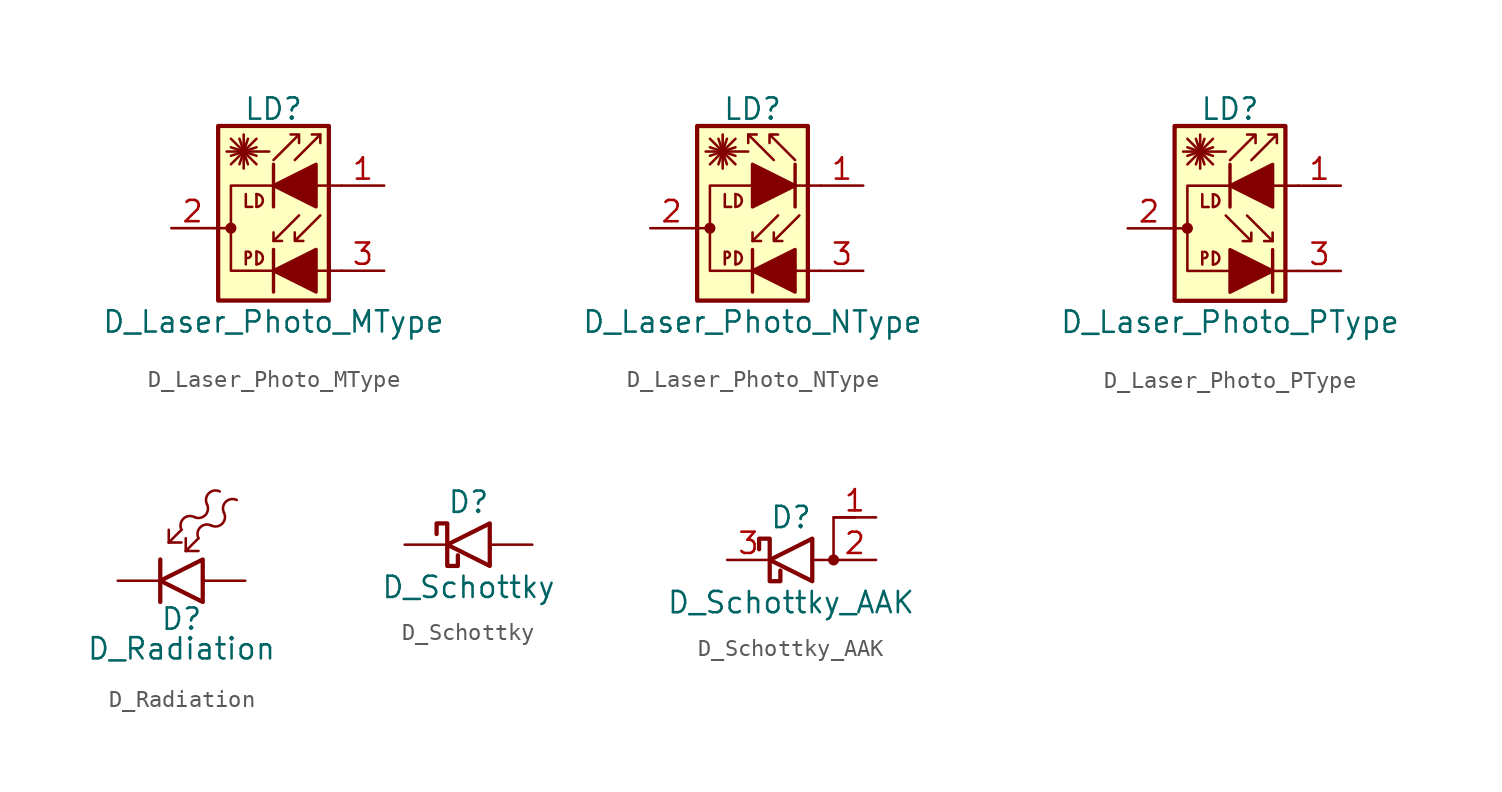
<source format=kicad_sym>
(kicad_symbol_lib
  (version 20241209)
  (generator "kicad_symbol_editor")
  (generator_version "9.0")
  (symbol "D_Laser_Photo_MType"
    (pin_names
      (hide yes))
    (property "Reference" "LD"
      (at 1.016 7.112 0)
      (effects (font (size 1.27 1.27))))
    (property "Value" "D_Laser_Photo_MType"
      (at 1.016 -5.588 0)
      (effects (font (size 1.27 1.27))))
    (symbol "D_Laser_Photo_MType_0_1"
      (polyline (pts (xy -2.54 0) (xy -1.524 0)) (stroke (width 0) (type default)) (fill (type none)))
      (polyline (pts (xy -1.524 5.334) (xy 0 3.81)) (stroke (width 0) (type default)) (fill (type none)))
      (polyline (pts (xy -1.524 4.826) (xy 0 4.318)) (stroke (width 0) (type default)) (fill (type none)))
      (polyline (pts (xy -1.524 4.318) (xy 0 4.826)) (stroke (width 0) (type default)) (fill (type none)))
      (polyline (pts (xy -1.524 3.81) (xy 0 5.334)) (stroke (width 0) (type default)) (fill (type none)))
      (circle (center -1.524 0) (radius 0.254) (stroke (width 0) (type default)) (fill (type outline)))
      (polyline (pts (xy -1.016 5.334) (xy -0.508 3.81)) (stroke (width 0) (type default)) (fill (type none)))
      (polyline (pts (xy -0.762 4.572) (xy -0.762 5.588)) (stroke (width 0) (type default)) (fill (type none)))
      (polyline (pts (xy -0.762 4.572) (xy -0.762 3.556)) (stroke (width 0) (type default)) (fill (type none)))
      (polyline (pts (xy -0.635 2.032) (xy -0.635 1.27) (xy -0.254 1.27)) (stroke (width 0) (type default)) (fill (type none)))
      (polyline (pts (xy -0.635 -1.397) (xy -0.635 -2.159)) (stroke (width 0) (type default)) (fill (type none)))
      (arc (start -0.508 -1.397) (mid -0.3298 -1.5875) (end -0.508 -1.778) (stroke (width 0) (type default)) (fill (type none)))
      (polyline (pts (xy -0.508 5.334) (xy -1.016 3.81)) (stroke (width 0) (type default)) (fill (type none)))
      (arc (start 0 2.032) (mid 0.3794 1.651) (end 0 1.27) (stroke (width 0) (type default)) (fill (type none)))
      (arc (start 0 -1.397) (mid 0.3794 -1.778) (end 0 -2.159) (stroke (width 0) (type default)) (fill (type none)))
      (polyline (pts (xy 0 2.032) (xy 0 1.27)) (stroke (width 0) (type default)) (fill (type none)))
      (polyline (pts (xy 0 -1.397) (xy 0 -2.159)) (stroke (width 0) (type default)) (fill (type none)))
      (polyline (pts (xy 0.762 4.572) (xy -1.778 4.572)) (stroke (width 0) (type default)) (fill (type none)))
      (polyline (pts (xy 1.016 4.064) (xy 2.54 5.588) (xy 2.54 5.08) (xy 2.54 5.588) (xy 2.032 5.588)) (stroke (width 0) (type default)) (fill (type none)))
      (polyline (pts (xy 1.016 3.81) (xy 1.016 1.27)) (stroke (width 0.203) (type default)) (fill (type none)))
      (polyline (pts (xy 1.016 -0.762) (xy 1.524 -0.762)) (stroke (width 0) (type default)) (fill (type none)))
      (polyline (pts (xy 1.016 -1.27) (xy 1.016 -3.81)) (stroke (width 0.203) (type default)) (fill (type none)))
      (polyline (pts (xy 2.286 4.064) (xy 3.81 5.588) (xy 3.81 5.08)) (stroke (width 0) (type default)) (fill (type none)))
      (polyline (pts (xy 2.54 0.762) (xy 1.016 -0.762) (xy 1.016 -0.254)) (stroke (width 0) (type default)) (fill (type none)))
      (polyline (pts (xy 3.81 5.588) (xy 3.302 5.588)) (stroke (width 0) (type default)) (fill (type none)))
      (polyline (pts (xy 3.81 0.762) (xy 2.286 -0.762) (xy 2.286 -0.254) (xy 2.286 -0.762) (xy 2.794 -0.762)) (stroke (width 0) (type default)) (fill (type none)))
      (rectangle (start 4.318 6.096) (end -2.286 -4.318) (stroke (width 0.254) (type default)) (fill (type background)))
      (polyline (pts (xy 5.08 2.54) (xy -1.524 2.54) (xy -1.524 -2.54) (xy 5.08 -2.54)) (stroke (width 0) (type default)) (fill (type none))))
    (symbol "D_Laser_Photo_MType_1_1"
      (polyline (pts (xy 3.556 3.81) (xy 3.556 1.27) (xy 1.016 2.54) (xy 3.556 3.81)) (stroke (width 0.203) (type solid)) (fill (type outline)))
      (polyline (pts (xy 3.556 -1.27) (xy 3.556 -3.81) (xy 1.016 -2.54) (xy 3.556 -1.27)) (stroke (width 0.203) (type solid)) (fill (type outline)))
      (pin passive line (at -5.08 0 0) (length 2.54) (name "~" (effects (font (size 1.27 1.27)))) (number "2" (effects (font (size 1.27 1.27)))))
      (pin passive line (at 7.62 2.54 180) (length 2.54) (name "~" (effects (font (size 1.27 1.27)))) (number "1" (effects (font (size 1.27 1.27)))))
      (pin passive line (at 7.62 -2.54 180) (length 2.54) (name "~" (effects (font (size 1.27 1.27)))) (number "3" (effects (font (size 1.27 1.27)))))))
  (symbol "D_Laser_Photo_NType"
    (pin_names
      (hide yes))
    (property "Reference" "LD"
      (at 1.016 7.112 0)
      (effects (font (size 1.27 1.27))))
    (property "Value" "D_Laser_Photo_NType"
      (at 1.016 -5.588 0)
      (effects (font (size 1.27 1.27))))
    (symbol "D_Laser_Photo_NType_0_1"
      (polyline (pts (xy -2.54 0) (xy -1.524 0)) (stroke (width 0) (type default)) (fill (type none)))
      (polyline (pts (xy -1.524 5.334) (xy 0 3.81)) (stroke (width 0) (type default)) (fill (type none)))
      (polyline (pts (xy -1.524 4.826) (xy 0 4.318)) (stroke (width 0) (type default)) (fill (type none)))
      (polyline (pts (xy -1.524 4.318) (xy 0 4.826)) (stroke (width 0) (type default)) (fill (type none)))
      (polyline (pts (xy -1.524 3.81) (xy 0 5.334)) (stroke (width 0) (type default)) (fill (type none)))
      (circle (center -1.524 0) (radius 0.254) (stroke (width 0) (type default)) (fill (type outline)))
      (polyline (pts (xy -1.016 5.334) (xy -0.508 3.81)) (stroke (width 0) (type default)) (fill (type none)))
      (polyline (pts (xy -0.762 4.572) (xy -0.762 5.588)) (stroke (width 0) (type default)) (fill (type none)))
      (polyline (pts (xy -0.762 4.572) (xy -0.762 3.556)) (stroke (width 0) (type default)) (fill (type none)))
      (polyline (pts (xy -0.635 2.032) (xy -0.635 1.27) (xy -0.254 1.27)) (stroke (width 0) (type default)) (fill (type none)))
      (polyline (pts (xy -0.635 -1.397) (xy -0.635 -2.159)) (stroke (width 0) (type default)) (fill (type none)))
      (arc (start -0.508 -1.397) (mid -0.3298 -1.5875) (end -0.508 -1.778) (stroke (width 0) (type default)) (fill (type none)))
      (polyline (pts (xy -0.508 5.334) (xy -1.016 3.81)) (stroke (width 0) (type default)) (fill (type none)))
      (arc (start 0 2.032) (mid 0.3794 1.651) (end 0 1.27) (stroke (width 0) (type default)) (fill (type none)))
      (arc (start 0 -1.397) (mid 0.3794 -1.778) (end 0 -2.159) (stroke (width 0) (type default)) (fill (type none)))
      (polyline (pts (xy 0 2.032) (xy 0 1.27)) (stroke (width 0) (type default)) (fill (type none)))
      (polyline (pts (xy 0 -1.397) (xy 0 -2.159)) (stroke (width 0) (type default)) (fill (type none)))
      (polyline (pts (xy 0.762 5.588) (xy 1.27 5.588)) (stroke (width 0) (type default)) (fill (type none)))
      (polyline (pts (xy 0.762 4.572) (xy -1.778 4.572)) (stroke (width 0) (type default)) (fill (type none)))
      (polyline (pts (xy 1.016 -0.762) (xy 1.524 -0.762)) (stroke (width 0) (type default)) (fill (type none)))
      (polyline (pts (xy 1.016 -1.27) (xy 1.016 -3.81)) (stroke (width 0.203) (type default)) (fill (type none)))
      (polyline (pts (xy 2.286 4.064) (xy 0.762 5.588) (xy 0.762 5.08)) (stroke (width 0) (type default)) (fill (type none)))
      (polyline (pts (xy 2.54 0.762) (xy 1.016 -0.762) (xy 1.016 -0.254)) (stroke (width 0) (type default)) (fill (type none)))
      (polyline (pts (xy 3.556 4.064) (xy 2.032 5.588) (xy 2.032 5.08) (xy 2.032 5.588) (xy 2.54 5.588)) (stroke (width 0) (type default)) (fill (type none)))
      (polyline (pts (xy 3.556 3.81) (xy 3.556 1.27)) (stroke (width 0.203) (type default)) (fill (type none)))
      (polyline (pts (xy 3.81 0.762) (xy 2.286 -0.762) (xy 2.286 -0.254) (xy 2.286 -0.762) (xy 2.794 -0.762)) (stroke (width 0) (type default)) (fill (type none)))
      (rectangle (start 4.318 6.096) (end -2.286 -4.318) (stroke (width 0.254) (type default)) (fill (type background)))
      (polyline (pts (xy 5.08 2.54) (xy -1.524 2.54) (xy -1.524 -2.54) (xy 5.08 -2.54)) (stroke (width 0) (type default)) (fill (type none))))
    (symbol "D_Laser_Photo_NType_1_1"
      (polyline (pts (xy 1.016 3.81) (xy 1.016 1.27) (xy 3.556 2.54) (xy 1.016 3.81)) (stroke (width 0.203) (type solid)) (fill (type outline)))
      (polyline (pts (xy 3.556 -1.27) (xy 3.556 -3.81) (xy 1.016 -2.54) (xy 3.556 -1.27)) (stroke (width 0.203) (type solid)) (fill (type outline)))
      (pin passive line (at -5.08 0 0) (length 2.54) (name "~" (effects (font (size 1.27 1.27)))) (number "2" (effects (font (size 1.27 1.27)))))
      (pin passive line (at 7.62 2.54 180) (length 2.54) (name "~" (effects (font (size 1.27 1.27)))) (number "1" (effects (font (size 1.27 1.27)))))
      (pin passive line (at 7.62 -2.54 180) (length 2.54) (name "~" (effects (font (size 1.27 1.27)))) (number "3" (effects (font (size 1.27 1.27)))))))
  (symbol "D_Laser_Photo_PType"
    (pin_names
      (hide yes))
    (property "Reference" "LD"
      (at 1.016 7.112 0)
      (effects (font (size 1.27 1.27))))
    (property "Value" "D_Laser_Photo_PType"
      (at 1.016 -5.588 0)
      (effects (font (size 1.27 1.27))))
    (symbol "D_Laser_Photo_PType_0_1"
      (polyline (pts (xy -2.54 0) (xy -1.524 0)) (stroke (width 0) (type default)) (fill (type none)))
      (polyline (pts (xy -1.524 5.334) (xy 0 3.81)) (stroke (width 0) (type default)) (fill (type none)))
      (polyline (pts (xy -1.524 4.826) (xy 0 4.318)) (stroke (width 0) (type default)) (fill (type none)))
      (polyline (pts (xy -1.524 4.318) (xy 0 4.826)) (stroke (width 0) (type default)) (fill (type none)))
      (polyline (pts (xy -1.524 3.81) (xy 0 5.334)) (stroke (width 0) (type default)) (fill (type none)))
      (circle (center -1.524 0) (radius 0.254) (stroke (width 0) (type default)) (fill (type outline)))
      (polyline (pts (xy -1.016 5.334) (xy -0.508 3.81)) (stroke (width 0) (type default)) (fill (type none)))
      (polyline (pts (xy -0.762 4.572) (xy -0.762 5.588)) (stroke (width 0) (type default)) (fill (type none)))
      (polyline (pts (xy -0.762 4.572) (xy -0.762 3.556)) (stroke (width 0) (type default)) (fill (type none)))
      (polyline (pts (xy -0.635 2.032) (xy -0.635 1.27) (xy -0.254 1.27)) (stroke (width 0) (type default)) (fill (type none)))
      (polyline (pts (xy -0.635 -1.397) (xy -0.635 -2.159)) (stroke (width 0) (type default)) (fill (type none)))
      (arc (start -0.508 -1.397) (mid -0.3298 -1.5875) (end -0.508 -1.778) (stroke (width 0) (type default)) (fill (type none)))
      (polyline (pts (xy -0.508 5.334) (xy -1.016 3.81)) (stroke (width 0) (type default)) (fill (type none)))
      (arc (start 0 2.032) (mid 0.3794 1.651) (end 0 1.27) (stroke (width 0) (type default)) (fill (type none)))
      (arc (start 0 -1.397) (mid 0.3794 -1.778) (end 0 -2.159) (stroke (width 0) (type default)) (fill (type none)))
      (polyline (pts (xy 0 2.032) (xy 0 1.27)) (stroke (width 0) (type default)) (fill (type none)))
      (polyline (pts (xy 0 -1.397) (xy 0 -2.159)) (stroke (width 0) (type default)) (fill (type none)))
      (polyline (pts (xy 0.762 4.572) (xy -1.778 4.572)) (stroke (width 0) (type default)) (fill (type none)))
      (polyline (pts (xy 0.762 0.762) (xy 2.286 -0.762) (xy 2.286 -0.254) (xy 2.286 -0.762) (xy 1.778 -0.762)) (stroke (width 0) (type default)) (fill (type none)))
      (polyline (pts (xy 1.016 4.064) (xy 2.54 5.588) (xy 2.54 5.08) (xy 2.54 5.588) (xy 2.032 5.588)) (stroke (width 0) (type default)) (fill (type none)))
      (polyline (pts (xy 1.016 3.81) (xy 1.016 1.27)) (stroke (width 0.203) (type default)) (fill (type none)))
      (polyline (pts (xy 2.032 0.762) (xy 3.556 -0.762) (xy 3.556 -0.254)) (stroke (width 0) (type default)) (fill (type none)))
      (polyline (pts (xy 2.286 4.064) (xy 3.81 5.588) (xy 3.81 5.08)) (stroke (width 0) (type default)) (fill (type none)))
      (polyline (pts (xy 3.556 -0.762) (xy 3.048 -0.762)) (stroke (width 0) (type default)) (fill (type none)))
      (polyline (pts (xy 3.556 -1.27) (xy 3.556 -3.81)) (stroke (width 0.203) (type default)) (fill (type none)))
      (polyline (pts (xy 3.81 5.588) (xy 3.302 5.588)) (stroke (width 0) (type default)) (fill (type none)))
      (rectangle (start 4.318 6.096) (end -2.286 -4.318) (stroke (width 0.254) (type default)) (fill (type background)))
      (polyline (pts (xy 5.08 2.54) (xy -1.524 2.54) (xy -1.524 -2.54) (xy 5.08 -2.54)) (stroke (width 0) (type default)) (fill (type none))))
    (symbol "D_Laser_Photo_PType_1_1"
      (polyline (pts (xy 1.016 -1.27) (xy 1.016 -3.81) (xy 3.556 -2.54) (xy 1.016 -1.27)) (stroke (width 0.203) (type solid)) (fill (type outline)))
      (polyline (pts (xy 3.556 3.81) (xy 3.556 1.27) (xy 1.016 2.54) (xy 3.556 3.81)) (stroke (width 0.203) (type solid)) (fill (type outline)))
      (pin passive line (at -5.08 0 0) (length 2.54) (name "~" (effects (font (size 1.27 1.27)))) (number "2" (effects (font (size 1.27 1.27)))))
      (pin passive line (at 7.62 2.54 180) (length 2.54) (name "~" (effects (font (size 1.27 1.27)))) (number "1" (effects (font (size 1.27 1.27)))))
      (pin passive line (at 7.62 -2.54 180) (length 2.54) (name "~" (effects (font (size 1.27 1.27)))) (number "3" (effects (font (size 1.27 1.27)))))))
  (symbol "D_Radiation"
    (pin_numbers
      (hide yes))
    (pin_names
      (offset 1.016)
      (hide yes))
    (property "Reference" "D"
      (at -1.27 -2.286 0)
      (effects (font (size 1.27 1.27))))
    (property "Value" "D_Radiation"
      (at -1.27 -4.064 0)
      (effects (font (size 1.27 1.27))))
    (symbol "D_Radiation_0_1"
      (polyline (pts (xy -2.54 1.27) (xy -2.54 -1.27)) (stroke (width 0.254) (type default)) (fill (type none)))
      (polyline (pts (xy -2.032 3.048) (xy -2.032 2.286)) (stroke (width 0) (type default)) (fill (type none)))
      (polyline (pts (xy -2.032 2.286) (xy -1.27 3.048)) (stroke (width 0) (type default)) (fill (type none)))
      (polyline (pts (xy -2.032 2.286) (xy -1.27 2.286)) (stroke (width 0) (type default)) (fill (type none)))
      (polyline (pts (xy -1.016 2.54) (xy -1.016 1.778)) (stroke (width 0) (type default)) (fill (type none)))
      (polyline (pts (xy -1.016 1.778) (xy -0.254 2.54)) (stroke (width 0) (type default)) (fill (type none)))
      (polyline (pts (xy -1.016 1.778) (xy -0.254 1.778)) (stroke (width 0) (type default)) (fill (type none)))
      (arc (start -1.27 3.048) (mid -1.1636 3.7036) (end -0.508 3.81) (stroke (width 0) (type default)) (fill (type none)))
      (arc (start 0.254 4.572) (mid 0.1476 3.9164) (end -0.508 3.81) (stroke (width 0) (type default)) (fill (type none)))
      (polyline (pts (xy 0 1.27) (xy 0 -1.27) (xy -2.54 0) (xy 0 1.27)) (stroke (width 0.254) (type default)) (fill (type none)))
      (arc (start -0.254 2.54) (mid -0.1476 3.1956) (end 0.508 3.302) (stroke (width 0) (type default)) (fill (type none)))
      (arc (start 0.254 4.572) (mid 0.3604 5.2276) (end 1.016 5.334) (stroke (width 0) (type default)) (fill (type none)))
      (arc (start 1.27 4.064) (mid 1.1636 3.4084) (end 0.508 3.302) (stroke (width 0) (type default)) (fill (type none)))
      (arc (start 1.27 4.064) (mid 1.3764 4.7196) (end 2.032 4.826) (stroke (width 0) (type default)) (fill (type none))))
    (symbol "D_Radiation_1_1"
      (pin passive line (at -5.08 0 0) (length 2.54) (name "K" (effects (font (size 1.27 1.27)))) (number "1" (effects (font (size 1.27 1.27)))))
      (pin passive line (at 2.54 0 180) (length 2.54) (name "A" (effects (font (size 1.27 1.27)))) (number "2" (effects (font (size 1.27 1.27)))))))
  (symbol "D_Schottky"
    (pin_numbers
      (hide yes))
    (pin_names
      (offset 1.016)
      (hide yes))
    (property "Reference" "D"
      (at 0 2.54 0)
      (effects (font (size 1.27 1.27))))
    (property "Value" "D_Schottky"
      (at 0 -2.54 0)
      (effects (font (size 1.27 1.27))))
    (symbol "D_Schottky_0_1"
      (polyline (pts (xy -1.905 0.635) (xy -1.905 1.27) (xy -1.27 1.27) (xy -1.27 -1.27) (xy -0.635 -1.27) (xy -0.635 -0.635)) (stroke (width 0.254) (type default)) (fill (type none)))
      (polyline (pts (xy 1.27 1.27) (xy 1.27 -1.27) (xy -1.27 0) (xy 1.27 1.27)) (stroke (width 0.254) (type default)) (fill (type none))))
    (symbol "D_Schottky_1_1"
      (pin passive line (at -3.81 0 0) (length 2.54) (name "K" (effects (font (size 1.27 1.27)))) (number "1" (effects (font (size 1.27 1.27)))))
      (pin passive line (at 3.81 0 180) (length 2.54) (name "A" (effects (font (size 1.27 1.27)))) (number "2" (effects (font (size 1.27 1.27)))))))
  (symbol "D_Schottky_AAK"
    (pin_names
      (offset 0)
      (hide yes))
    (property "Reference" "D"
      (at 0 2.54 0)
      (effects (font (size 1.27 1.27))))
    (property "Value" "D_Schottky_AAK"
      (at 0 -2.54 0)
      (effects (font (size 1.27 1.27))))
    (symbol "D_Schottky_AAK_0_1"
      (polyline (pts (xy -1.905 0.635) (xy -1.905 1.27) (xy -1.27 1.27) (xy -1.27 -1.27) (xy -0.635 -1.27) (xy -0.635 -0.635)) (stroke (width 0.254) (type default)) (fill (type none)))
      (polyline (pts (xy 1.27 1.27) (xy 1.27 -1.27) (xy -1.27 0) (xy 1.27 1.27)) (stroke (width 0.254) (type default)) (fill (type none)))
      (circle (center 2.54 0) (radius 0.254) (stroke (width 0) (type default)) (fill (type outline)))
      (polyline (pts (xy 3.81 2.54) (xy 2.54 2.54) (xy 2.54 0) (xy 1.27 0)) (stroke (width 0) (type default)) (fill (type none))))
    (symbol "D_Schottky_AAK_1_1"
      (pin passive line (at -3.81 0 0) (length 2.54) (name "K" (effects (font (size 1.27 1.27)))) (number "3" (effects (font (size 1.27 1.27)))))
      (pin passive line (at 5.08 2.54 180) (length 2.54) (name "A" (effects (font (size 1.27 1.27)))) (number "1" (effects (font (size 1.27 1.27)))))
      (pin passive line (at 5.08 0 180) (length 2.54) (name "A" (effects (font (size 1.27 1.27)))) (number "2" (effects (font (size 1.27 1.27))))))))
</source>
